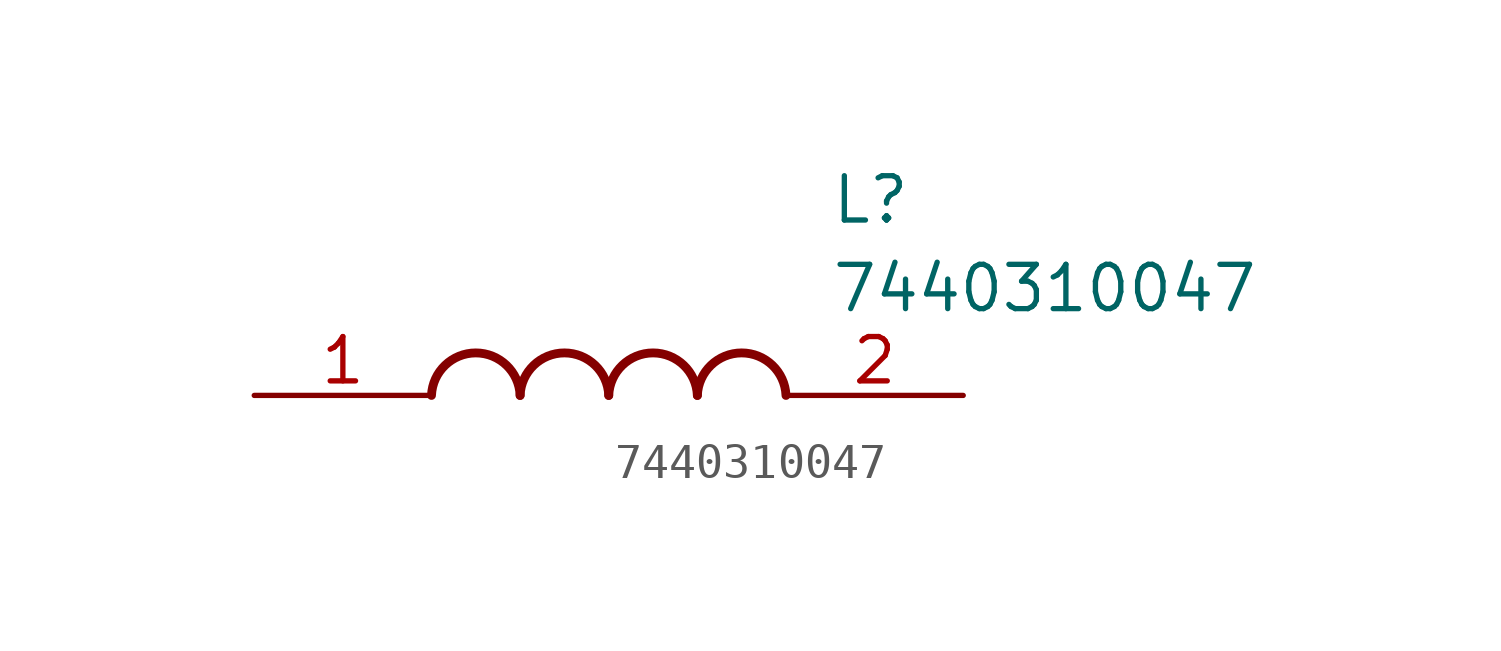
<source format=kicad_sym>
(kicad_symbol_lib
  (version 20211014)
  (generator SamacSys_ECAD_Model)
  (symbol "7440310047"
    (pin_names hide)
    (property "Reference" "L"
      (at 16.51 6.35 0)
      (effects (font (size 1.27 1.27)) (justify left top)))
    (property "Value" "7440310047"
      (at 16.51 3.81 0)
      (effects (font (size 1.27 1.27)) (justify left top)))
    (arc
      (start 7.62 0)
      (mid 6.35 1.219)
      (end 5.08 0)
      (stroke (width 0.254) (type default))
      (fill (type none)))
    (arc
      (start 10.16 0)
      (mid 8.89 1.219)
      (end 7.62 0)
      (stroke (width 0.254) (type default))
      (fill (type none)))
    (arc
      (start 12.7 0)
      (mid 11.43 1.219)
      (end 10.16 0)
      (stroke (width 0.254) (type default))
      (fill (type none)))
    (arc
      (start 15.24 0)
      (mid 13.97 1.219)
      (end 12.7 0)
      (stroke (width 0.254) (type default))
      (fill (type none)))
    (pin passive line
      (at 0 0 0)
      (length 5.08)
      (name "1" (effects (font (size 1.27 1.27))))
      (number "1" (effects (font (size 1.27 1.27)))))
    (pin passive line
      (at 20.32 0 180)
      (length 5.08)
      (name "2" (effects (font (size 1.27 1.27))))
      (number "2" (effects (font (size 1.27 1.27)))))))
</source>
